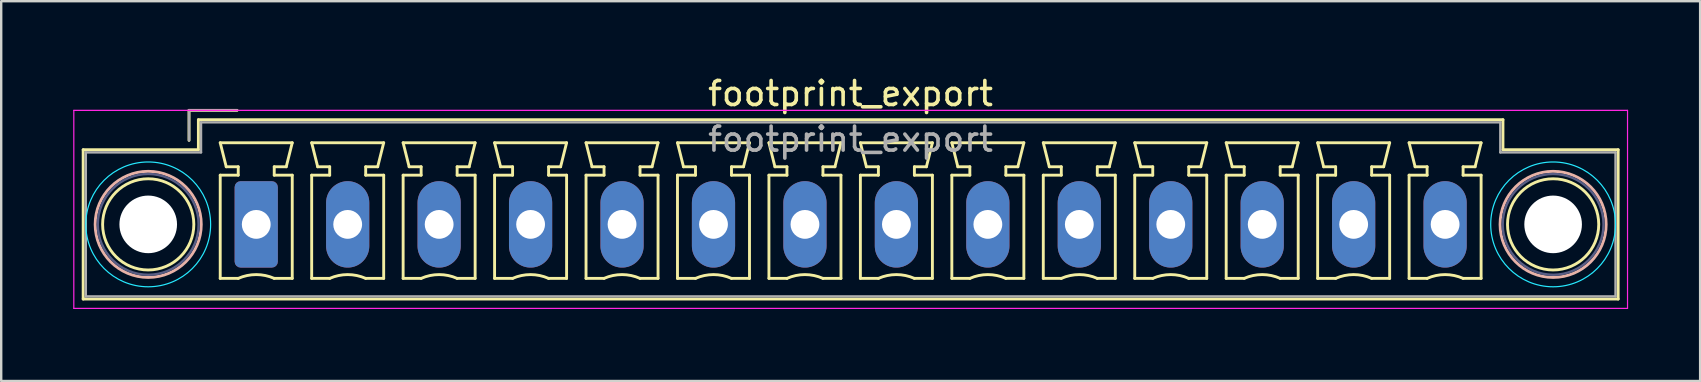
<source format=kicad_pcb>
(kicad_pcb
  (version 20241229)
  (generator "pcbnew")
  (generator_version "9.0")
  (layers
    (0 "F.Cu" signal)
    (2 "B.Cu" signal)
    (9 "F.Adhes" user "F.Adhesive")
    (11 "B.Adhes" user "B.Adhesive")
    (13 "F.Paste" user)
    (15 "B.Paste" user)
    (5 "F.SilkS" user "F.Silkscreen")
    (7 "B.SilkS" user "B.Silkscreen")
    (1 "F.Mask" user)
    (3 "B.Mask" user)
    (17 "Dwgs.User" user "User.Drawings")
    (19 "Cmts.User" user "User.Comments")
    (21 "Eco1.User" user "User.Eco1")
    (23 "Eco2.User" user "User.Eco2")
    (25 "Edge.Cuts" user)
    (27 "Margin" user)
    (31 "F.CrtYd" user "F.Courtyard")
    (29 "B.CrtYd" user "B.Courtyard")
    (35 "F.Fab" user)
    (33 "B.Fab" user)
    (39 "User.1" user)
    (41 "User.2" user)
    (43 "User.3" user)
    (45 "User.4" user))
  (footprint "footprint_export"
    (layer "F.Cu")
    (at 7.625 6.298)
    (property "Reference" "footprint_export" (at 24.76 -5.45 0) (layer "F.SilkS") (effects (font (size 1 1) (thickness 0.15))))
    (attr through_hole)
    (fp_line (start -7.21 -3.11) (end -7.21 3.11) (stroke (width 0.12) (type solid)) (layer "F.SilkS"))
    (fp_line (start -7.21 3.11) (end 56.74 3.11) (stroke (width 0.12) (type solid)) (layer "F.SilkS"))
    (fp_line (start -2.8 -4.75) (end -0.8 -4.75) (stroke (width 0.12) (type solid)) (layer "F.SilkS"))
    (fp_line (start -2.8 -3.5) (end -2.8 -4.75) (stroke (width 0.12) (type solid)) (layer "F.SilkS"))
    (fp_line (start -2.41 -4.36) (end -2.41 -3.11) (stroke (width 0.12) (type solid)) (layer "F.SilkS"))
    (fp_line (start -2.41 -3.11) (end -7.21 -3.11) (stroke (width 0.12) (type solid)) (layer "F.SilkS"))
    (fp_line (start -1.5 -3.4) (end 1.5 -3.4) (stroke (width 0.12) (type solid)) (layer "F.SilkS"))
    (fp_line (start -1.5 -2.05) (end -0.75 -2.05) (stroke (width 0.12) (type solid)) (layer "F.SilkS"))
    (fp_line (start -1.5 2.25) (end -1.5 -2.05) (stroke (width 0.12) (type solid)) (layer "F.SilkS"))
    (fp_line (start -1.25 -2.4) (end -1.5 -3.4) (stroke (width 0.12) (type solid)) (layer "F.SilkS"))
    (fp_line (start -0.75 -2.4) (end -1.25 -2.4) (stroke (width 0.12) (type solid)) (layer "F.SilkS"))
    (fp_line (start -0.75 -2.05) (end -0.75 -2.4) (stroke (width 0.12) (type solid)) (layer "F.SilkS"))
    (fp_line (start -0.75 2.25) (end -1.5 2.25) (stroke (width 0.12) (type solid)) (layer "F.SilkS"))
    (fp_line (start 0.75 -2.4) (end 0.75 -2.05) (stroke (width 0.12) (type solid)) (layer "F.SilkS"))
    (fp_line (start 0.75 -2.05) (end 1.5 -2.05) (stroke (width 0.12) (type solid)) (layer "F.SilkS"))
    (fp_line (start 1.25 -2.4) (end 0.75 -2.4) (stroke (width 0.12) (type solid)) (layer "F.SilkS"))
    (fp_line (start 1.5 -3.4) (end 1.25 -2.4) (stroke (width 0.12) (type solid)) (layer "F.SilkS"))
    (fp_line (start 1.5 -2.05) (end 1.5 2.25) (stroke (width 0.12) (type solid)) (layer "F.SilkS"))
    (fp_line (start 1.5 2.25) (end 0.75 2.25) (stroke (width 0.12) (type solid)) (layer "F.SilkS"))
    (fp_line (start 2.31 -3.4) (end 5.31 -3.4) (stroke (width 0.12) (type solid)) (layer "F.SilkS"))
    (fp_line (start 2.31 -2.05) (end 3.06 -2.05) (stroke (width 0.12) (type solid)) (layer "F.SilkS"))
    (fp_line (start 2.31 2.25) (end 2.31 -2.05) (stroke (width 0.12) (type solid)) (layer "F.SilkS"))
    (fp_line (start 2.56 -2.4) (end 2.31 -3.4) (stroke (width 0.12) (type solid)) (layer "F.SilkS"))
    (fp_line (start 3.06 -2.4) (end 2.56 -2.4) (stroke (width 0.12) (type solid)) (layer "F.SilkS"))
    (fp_line (start 3.06 -2.05) (end 3.06 -2.4) (stroke (width 0.12) (type solid)) (layer "F.SilkS"))
    (fp_line (start 3.06 2.25) (end 2.31 2.25) (stroke (width 0.12) (type solid)) (layer "F.SilkS"))
    (fp_line (start 4.56 -2.4) (end 4.56 -2.05) (stroke (width 0.12) (type solid)) (layer "F.SilkS"))
    (fp_line (start 4.56 -2.05) (end 5.31 -2.05) (stroke (width 0.12) (type solid)) (layer "F.SilkS"))
    (fp_line (start 5.06 -2.4) (end 4.56 -2.4) (stroke (width 0.12) (type solid)) (layer "F.SilkS"))
    (fp_line (start 5.31 -3.4) (end 5.06 -2.4) (stroke (width 0.12) (type solid)) (layer "F.SilkS"))
    (fp_line (start 5.31 -2.05) (end 5.31 2.25) (stroke (width 0.12) (type solid)) (layer "F.SilkS"))
    (fp_line (start 5.31 2.25) (end 4.56 2.25) (stroke (width 0.12) (type solid)) (layer "F.SilkS"))
    (fp_line (start 6.12 -3.4) (end 9.12 -3.4) (stroke (width 0.12) (type solid)) (layer "F.SilkS"))
    (fp_line (start 6.12 -2.05) (end 6.87 -2.05) (stroke (width 0.12) (type solid)) (layer "F.SilkS"))
    (fp_line (start 6.12 2.25) (end 6.12 -2.05) (stroke (width 0.12) (type solid)) (layer "F.SilkS"))
    (fp_line (start 6.37 -2.4) (end 6.12 -3.4) (stroke (width 0.12) (type solid)) (layer "F.SilkS"))
    (fp_line (start 6.87 -2.4) (end 6.37 -2.4) (stroke (width 0.12) (type solid)) (layer "F.SilkS"))
    (fp_line (start 6.87 -2.05) (end 6.87 -2.4) (stroke (width 0.12) (type solid)) (layer "F.SilkS"))
    (fp_line (start 6.87 2.25) (end 6.12 2.25) (stroke (width 0.12) (type solid)) (layer "F.SilkS"))
    (fp_line (start 8.37 -2.4) (end 8.37 -2.05) (stroke (width 0.12) (type solid)) (layer "F.SilkS"))
    (fp_line (start 8.37 -2.05) (end 9.12 -2.05) (stroke (width 0.12) (type solid)) (layer "F.SilkS"))
    (fp_line (start 8.87 -2.4) (end 8.37 -2.4) (stroke (width 0.12) (type solid)) (layer "F.SilkS"))
    (fp_line (start 9.12 -3.4) (end 8.87 -2.4) (stroke (width 0.12) (type solid)) (layer "F.SilkS"))
    (fp_line (start 9.12 -2.05) (end 9.12 2.25) (stroke (width 0.12) (type solid)) (layer "F.SilkS"))
    (fp_line (start 9.12 2.25) (end 8.37 2.25) (stroke (width 0.12) (type solid)) (layer "F.SilkS"))
    (fp_line (start 9.93 -3.4) (end 12.93 -3.4) (stroke (width 0.12) (type solid)) (layer "F.SilkS"))
    (fp_line (start 9.93 -2.05) (end 10.68 -2.05) (stroke (width 0.12) (type solid)) (layer "F.SilkS"))
    (fp_line (start 9.93 2.25) (end 9.93 -2.05) (stroke (width 0.12) (type solid)) (layer "F.SilkS"))
    (fp_line (start 10.18 -2.4) (end 9.93 -3.4) (stroke (width 0.12) (type solid)) (layer "F.SilkS"))
    (fp_line (start 10.68 -2.4) (end 10.18 -2.4) (stroke (width 0.12) (type solid)) (layer "F.SilkS"))
    (fp_line (start 10.68 -2.05) (end 10.68 -2.4) (stroke (width 0.12) (type solid)) (layer "F.SilkS"))
    (fp_line (start 10.68 2.25) (end 9.93 2.25) (stroke (width 0.12) (type solid)) (layer "F.SilkS"))
    (fp_line (start 12.18 -2.4) (end 12.18 -2.05) (stroke (width 0.12) (type solid)) (layer "F.SilkS"))
    (fp_line (start 12.18 -2.05) (end 12.93 -2.05) (stroke (width 0.12) (type solid)) (layer "F.SilkS"))
    (fp_line (start 12.68 -2.4) (end 12.18 -2.4) (stroke (width 0.12) (type solid)) (layer "F.SilkS"))
    (fp_line (start 12.93 -3.4) (end 12.68 -2.4) (stroke (width 0.12) (type solid)) (layer "F.SilkS"))
    (fp_line (start 12.93 -2.05) (end 12.93 2.25) (stroke (width 0.12) (type solid)) (layer "F.SilkS"))
    (fp_line (start 12.93 2.25) (end 12.18 2.25) (stroke (width 0.12) (type solid)) (layer "F.SilkS"))
    (fp_line (start 13.74 -3.4) (end 16.74 -3.4) (stroke (width 0.12) (type solid)) (layer "F.SilkS"))
    (fp_line (start 13.74 -2.05) (end 14.49 -2.05) (stroke (width 0.12) (type solid)) (layer "F.SilkS"))
    (fp_line (start 13.74 2.25) (end 13.74 -2.05) (stroke (width 0.12) (type solid)) (layer "F.SilkS"))
    (fp_line (start 13.99 -2.4) (end 13.74 -3.4) (stroke (width 0.12) (type solid)) (layer "F.SilkS"))
    (fp_line (start 14.49 -2.4) (end 13.99 -2.4) (stroke (width 0.12) (type solid)) (layer "F.SilkS"))
    (fp_line (start 14.49 -2.05) (end 14.49 -2.4) (stroke (width 0.12) (type solid)) (layer "F.SilkS"))
    (fp_line (start 14.49 2.25) (end 13.74 2.25) (stroke (width 0.12) (type solid)) (layer "F.SilkS"))
    (fp_line (start 15.99 -2.4) (end 15.99 -2.05) (stroke (width 0.12) (type solid)) (layer "F.SilkS"))
    (fp_line (start 15.99 -2.05) (end 16.74 -2.05) (stroke (width 0.12) (type solid)) (layer "F.SilkS"))
    (fp_line (start 16.49 -2.4) (end 15.99 -2.4) (stroke (width 0.12) (type solid)) (layer "F.SilkS"))
    (fp_line (start 16.74 -3.4) (end 16.49 -2.4) (stroke (width 0.12) (type solid)) (layer "F.SilkS"))
    (fp_line (start 16.74 -2.05) (end 16.74 2.25) (stroke (width 0.12) (type solid)) (layer "F.SilkS"))
    (fp_line (start 16.74 2.25) (end 15.99 2.25) (stroke (width 0.12) (type solid)) (layer "F.SilkS"))
    (fp_line (start 17.55 -3.4) (end 20.55 -3.4) (stroke (width 0.12) (type solid)) (layer "F.SilkS"))
    (fp_line (start 17.55 -2.05) (end 18.3 -2.05) (stroke (width 0.12) (type solid)) (layer "F.SilkS"))
    (fp_line (start 17.55 2.25) (end 17.55 -2.05) (stroke (width 0.12) (type solid)) (layer "F.SilkS"))
    (fp_line (start 17.8 -2.4) (end 17.55 -3.4) (stroke (width 0.12) (type solid)) (layer "F.SilkS"))
    (fp_line (start 18.3 -2.4) (end 17.8 -2.4) (stroke (width 0.12) (type solid)) (layer "F.SilkS"))
    (fp_line (start 18.3 -2.05) (end 18.3 -2.4) (stroke (width 0.12) (type solid)) (layer "F.SilkS"))
    (fp_line (start 18.3 2.25) (end 17.55 2.25) (stroke (width 0.12) (type solid)) (layer "F.SilkS"))
    (fp_line (start 19.8 -2.4) (end 19.8 -2.05) (stroke (width 0.12) (type solid)) (layer "F.SilkS"))
    (fp_line (start 19.8 -2.05) (end 20.55 -2.05) (stroke (width 0.12) (type solid)) (layer "F.SilkS"))
    (fp_line (start 20.3 -2.4) (end 19.8 -2.4) (stroke (width 0.12) (type solid)) (layer "F.SilkS"))
    (fp_line (start 20.55 -3.4) (end 20.3 -2.4) (stroke (width 0.12) (type solid)) (layer "F.SilkS"))
    (fp_line (start 20.55 -2.05) (end 20.55 2.25) (stroke (width 0.12) (type solid)) (layer "F.SilkS"))
    (fp_line (start 20.55 2.25) (end 19.8 2.25) (stroke (width 0.12) (type solid)) (layer "F.SilkS"))
    (fp_line (start 21.36 -3.4) (end 24.36 -3.4) (stroke (width 0.12) (type solid)) (layer "F.SilkS"))
    (fp_line (start 21.36 -2.05) (end 22.11 -2.05) (stroke (width 0.12) (type solid)) (layer "F.SilkS"))
    (fp_line (start 21.36 2.25) (end 21.36 -2.05) (stroke (width 0.12) (type solid)) (layer "F.SilkS"))
    (fp_line (start 21.61 -2.4) (end 21.36 -3.4) (stroke (width 0.12) (type solid)) (layer "F.SilkS"))
    (fp_line (start 22.11 -2.4) (end 21.61 -2.4) (stroke (width 0.12) (type solid)) (layer "F.SilkS"))
    (fp_line (start 22.11 -2.05) (end 22.11 -2.4) (stroke (width 0.12) (type solid)) (layer "F.SilkS"))
    (fp_line (start 22.11 2.25) (end 21.36 2.25) (stroke (width 0.12) (type solid)) (layer "F.SilkS"))
    (fp_line (start 23.61 -2.4) (end 23.61 -2.05) (stroke (width 0.12) (type solid)) (layer "F.SilkS"))
    (fp_line (start 23.61 -2.05) (end 24.36 -2.05) (stroke (width 0.12) (type solid)) (layer "F.SilkS"))
    (fp_line (start 24.11 -2.4) (end 23.61 -2.4) (stroke (width 0.12) (type solid)) (layer "F.SilkS"))
    (fp_line (start 24.36 -3.4) (end 24.11 -2.4) (stroke (width 0.12) (type solid)) (layer "F.SilkS"))
    (fp_line (start 24.36 -2.05) (end 24.36 2.25) (stroke (width 0.12) (type solid)) (layer "F.SilkS"))
    (fp_line (start 24.36 2.25) (end 23.61 2.25) (stroke (width 0.12) (type solid)) (layer "F.SilkS"))
    (fp_line (start 25.17 -3.4) (end 28.17 -3.4) (stroke (width 0.12) (type solid)) (layer "F.SilkS"))
    (fp_line (start 25.17 -2.05) (end 25.92 -2.05) (stroke (width 0.12) (type solid)) (layer "F.SilkS"))
    (fp_line (start 25.17 2.25) (end 25.17 -2.05) (stroke (width 0.12) (type solid)) (layer "F.SilkS"))
    (fp_line (start 25.42 -2.4) (end 25.17 -3.4) (stroke (width 0.12) (type solid)) (layer "F.SilkS"))
    (fp_line (start 25.92 -2.4) (end 25.42 -2.4) (stroke (width 0.12) (type solid)) (layer "F.SilkS"))
    (fp_line (start 25.92 -2.05) (end 25.92 -2.4) (stroke (width 0.12) (type solid)) (layer "F.SilkS"))
    (fp_line (start 25.92 2.25) (end 25.17 2.25) (stroke (width 0.12) (type solid)) (layer "F.SilkS"))
    (fp_line (start 27.42 -2.4) (end 27.42 -2.05) (stroke (width 0.12) (type solid)) (layer "F.SilkS"))
    (fp_line (start 27.42 -2.05) (end 28.17 -2.05) (stroke (width 0.12) (type solid)) (layer "F.SilkS"))
    (fp_line (start 27.92 -2.4) (end 27.42 -2.4) (stroke (width 0.12) (type solid)) (layer "F.SilkS"))
    (fp_line (start 28.17 -3.4) (end 27.92 -2.4) (stroke (width 0.12) (type solid)) (layer "F.SilkS"))
    (fp_line (start 28.17 -2.05) (end 28.17 2.25) (stroke (width 0.12) (type solid)) (layer "F.SilkS"))
    (fp_line (start 28.17 2.25) (end 27.42 2.25) (stroke (width 0.12) (type solid)) (layer "F.SilkS"))
    (fp_line (start 28.98 -3.4) (end 31.98 -3.4) (stroke (width 0.12) (type solid)) (layer "F.SilkS"))
    (fp_line (start 28.98 -2.05) (end 29.73 -2.05) (stroke (width 0.12) (type solid)) (layer "F.SilkS"))
    (fp_line (start 28.98 2.25) (end 28.98 -2.05) (stroke (width 0.12) (type solid)) (layer "F.SilkS"))
    (fp_line (start 29.23 -2.4) (end 28.98 -3.4) (stroke (width 0.12) (type solid)) (layer "F.SilkS"))
    (fp_line (start 29.73 -2.4) (end 29.23 -2.4) (stroke (width 0.12) (type solid)) (layer "F.SilkS"))
    (fp_line (start 29.73 -2.05) (end 29.73 -2.4) (stroke (width 0.12) (type solid)) (layer "F.SilkS"))
    (fp_line (start 29.73 2.25) (end 28.98 2.25) (stroke (width 0.12) (type solid)) (layer "F.SilkS"))
    (fp_line (start 31.23 -2.4) (end 31.23 -2.05) (stroke (width 0.12) (type solid)) (layer "F.SilkS"))
    (fp_line (start 31.23 -2.05) (end 31.98 -2.05) (stroke (width 0.12) (type solid)) (layer "F.SilkS"))
    (fp_line (start 31.73 -2.4) (end 31.23 -2.4) (stroke (width 0.12) (type solid)) (layer "F.SilkS"))
    (fp_line (start 31.98 -3.4) (end 31.73 -2.4) (stroke (width 0.12) (type solid)) (layer "F.SilkS"))
    (fp_line (start 31.98 -2.05) (end 31.98 2.25) (stroke (width 0.12) (type solid)) (layer "F.SilkS"))
    (fp_line (start 31.98 2.25) (end 31.23 2.25) (stroke (width 0.12) (type solid)) (layer "F.SilkS"))
    (fp_line (start 32.79 -3.4) (end 35.79 -3.4) (stroke (width 0.12) (type solid)) (layer "F.SilkS"))
    (fp_line (start 32.79 -2.05) (end 33.54 -2.05) (stroke (width 0.12) (type solid)) (layer "F.SilkS"))
    (fp_line (start 32.79 2.25) (end 32.79 -2.05) (stroke (width 0.12) (type solid)) (layer "F.SilkS"))
    (fp_line (start 33.04 -2.4) (end 32.79 -3.4) (stroke (width 0.12) (type solid)) (layer "F.SilkS"))
    (fp_line (start 33.54 -2.4) (end 33.04 -2.4) (stroke (width 0.12) (type solid)) (layer "F.SilkS"))
    (fp_line (start 33.54 -2.05) (end 33.54 -2.4) (stroke (width 0.12) (type solid)) (layer "F.SilkS"))
    (fp_line (start 33.54 2.25) (end 32.79 2.25) (stroke (width 0.12) (type solid)) (layer "F.SilkS"))
    (fp_line (start 35.04 -2.4) (end 35.04 -2.05) (stroke (width 0.12) (type solid)) (layer "F.SilkS"))
    (fp_line (start 35.04 -2.05) (end 35.79 -2.05) (stroke (width 0.12) (type solid)) (layer "F.SilkS"))
    (fp_line (start 35.54 -2.4) (end 35.04 -2.4) (stroke (width 0.12) (type solid)) (layer "F.SilkS"))
    (fp_line (start 35.79 -3.4) (end 35.54 -2.4) (stroke (width 0.12) (type solid)) (layer "F.SilkS"))
    (fp_line (start 35.79 -2.05) (end 35.79 2.25) (stroke (width 0.12) (type solid)) (layer "F.SilkS"))
    (fp_line (start 35.79 2.25) (end 35.04 2.25) (stroke (width 0.12) (type solid)) (layer "F.SilkS"))
    (fp_line (start 36.6 -3.4) (end 39.6 -3.4) (stroke (width 0.12) (type solid)) (layer "F.SilkS"))
    (fp_line (start 36.6 -2.05) (end 37.35 -2.05) (stroke (width 0.12) (type solid)) (layer "F.SilkS"))
    (fp_line (start 36.6 2.25) (end 36.6 -2.05) (stroke (width 0.12) (type solid)) (layer "F.SilkS"))
    (fp_line (start 36.85 -2.4) (end 36.6 -3.4) (stroke (width 0.12) (type solid)) (layer "F.SilkS"))
    (fp_line (start 37.35 -2.4) (end 36.85 -2.4) (stroke (width 0.12) (type solid)) (layer "F.SilkS"))
    (fp_line (start 37.35 -2.05) (end 37.35 -2.4) (stroke (width 0.12) (type solid)) (layer "F.SilkS"))
    (fp_line (start 37.35 2.25) (end 36.6 2.25) (stroke (width 0.12) (type solid)) (layer "F.SilkS"))
    (fp_line (start 38.85 -2.4) (end 38.85 -2.05) (stroke (width 0.12) (type solid)) (layer "F.SilkS"))
    (fp_line (start 38.85 -2.05) (end 39.6 -2.05) (stroke (width 0.12) (type solid)) (layer "F.SilkS"))
    (fp_line (start 39.35 -2.4) (end 38.85 -2.4) (stroke (width 0.12) (type solid)) (layer "F.SilkS"))
    (fp_line (start 39.6 -3.4) (end 39.35 -2.4) (stroke (width 0.12) (type solid)) (layer "F.SilkS"))
    (fp_line (start 39.6 -2.05) (end 39.6 2.25) (stroke (width 0.12) (type solid)) (layer "F.SilkS"))
    (fp_line (start 39.6 2.25) (end 38.85 2.25) (stroke (width 0.12) (type solid)) (layer "F.SilkS"))
    (fp_line (start 40.41 -3.4) (end 43.41 -3.4) (stroke (width 0.12) (type solid)) (layer "F.SilkS"))
    (fp_line (start 40.41 -2.05) (end 41.16 -2.05) (stroke (width 0.12) (type solid)) (layer "F.SilkS"))
    (fp_line (start 40.41 2.25) (end 40.41 -2.05) (stroke (width 0.12) (type solid)) (layer "F.SilkS"))
    (fp_line (start 40.66 -2.4) (end 40.41 -3.4) (stroke (width 0.12) (type solid)) (layer "F.SilkS"))
    (fp_line (start 41.16 -2.4) (end 40.66 -2.4) (stroke (width 0.12) (type solid)) (layer "F.SilkS"))
    (fp_line (start 41.16 -2.05) (end 41.16 -2.4) (stroke (width 0.12) (type solid)) (layer "F.SilkS"))
    (fp_line (start 41.16 2.25) (end 40.41 2.25) (stroke (width 0.12) (type solid)) (layer "F.SilkS"))
    (fp_line (start 42.66 -2.4) (end 42.66 -2.05) (stroke (width 0.12) (type solid)) (layer "F.SilkS"))
    (fp_line (start 42.66 -2.05) (end 43.41 -2.05) (stroke (width 0.12) (type solid)) (layer "F.SilkS"))
    (fp_line (start 43.16 -2.4) (end 42.66 -2.4) (stroke (width 0.12) (type solid)) (layer "F.SilkS"))
    (fp_line (start 43.41 -3.4) (end 43.16 -2.4) (stroke (width 0.12) (type solid)) (layer "F.SilkS"))
    (fp_line (start 43.41 -2.05) (end 43.41 2.25) (stroke (width 0.12) (type solid)) (layer "F.SilkS"))
    (fp_line (start 43.41 2.25) (end 42.66 2.25) (stroke (width 0.12) (type solid)) (layer "F.SilkS"))
    (fp_line (start 44.22 -3.4) (end 47.22 -3.4) (stroke (width 0.12) (type solid)) (layer "F.SilkS"))
    (fp_line (start 44.22 -2.05) (end 44.97 -2.05) (stroke (width 0.12) (type solid)) (layer "F.SilkS"))
    (fp_line (start 44.22 2.25) (end 44.22 -2.05) (stroke (width 0.12) (type solid)) (layer "F.SilkS"))
    (fp_line (start 44.47 -2.4) (end 44.22 -3.4) (stroke (width 0.12) (type solid)) (layer "F.SilkS"))
    (fp_line (start 44.97 -2.4) (end 44.47 -2.4) (stroke (width 0.12) (type solid)) (layer "F.SilkS"))
    (fp_line (start 44.97 -2.05) (end 44.97 -2.4) (stroke (width 0.12) (type solid)) (layer "F.SilkS"))
    (fp_line (start 44.97 2.25) (end 44.22 2.25) (stroke (width 0.12) (type solid)) (layer "F.SilkS"))
    (fp_line (start 46.47 -2.4) (end 46.47 -2.05) (stroke (width 0.12) (type solid)) (layer "F.SilkS"))
    (fp_line (start 46.47 -2.05) (end 47.22 -2.05) (stroke (width 0.12) (type solid)) (layer "F.SilkS"))
    (fp_line (start 46.97 -2.4) (end 46.47 -2.4) (stroke (width 0.12) (type solid)) (layer "F.SilkS"))
    (fp_line (start 47.22 -3.4) (end 46.97 -2.4) (stroke (width 0.12) (type solid)) (layer "F.SilkS"))
    (fp_line (start 47.22 -2.05) (end 47.22 2.25) (stroke (width 0.12) (type solid)) (layer "F.SilkS"))
    (fp_line (start 47.22 2.25) (end 46.47 2.25) (stroke (width 0.12) (type solid)) (layer "F.SilkS"))
    (fp_line (start 48.03 -3.4) (end 51.03 -3.4) (stroke (width 0.12) (type solid)) (layer "F.SilkS"))
    (fp_line (start 48.03 -2.05) (end 48.78 -2.05) (stroke (width 0.12) (type solid)) (layer "F.SilkS"))
    (fp_line (start 48.03 2.25) (end 48.03 -2.05) (stroke (width 0.12) (type solid)) (layer "F.SilkS"))
    (fp_line (start 48.28 -2.4) (end 48.03 -3.4) (stroke (width 0.12) (type solid)) (layer "F.SilkS"))
    (fp_line (start 48.78 -2.4) (end 48.28 -2.4) (stroke (width 0.12) (type solid)) (layer "F.SilkS"))
    (fp_line (start 48.78 -2.05) (end 48.78 -2.4) (stroke (width 0.12) (type solid)) (layer "F.SilkS"))
    (fp_line (start 48.78 2.25) (end 48.03 2.25) (stroke (width 0.12) (type solid)) (layer "F.SilkS"))
    (fp_line (start 50.28 -2.4) (end 50.28 -2.05) (stroke (width 0.12) (type solid)) (layer "F.SilkS"))
    (fp_line (start 50.28 -2.05) (end 51.03 -2.05) (stroke (width 0.12) (type solid)) (layer "F.SilkS"))
    (fp_line (start 50.78 -2.4) (end 50.28 -2.4) (stroke (width 0.12) (type solid)) (layer "F.SilkS"))
    (fp_line (start 51.03 -3.4) (end 50.78 -2.4) (stroke (width 0.12) (type solid)) (layer "F.SilkS"))
    (fp_line (start 51.03 -2.05) (end 51.03 2.25) (stroke (width 0.12) (type solid)) (layer "F.SilkS"))
    (fp_line (start 51.03 2.25) (end 50.28 2.25) (stroke (width 0.12) (type solid)) (layer "F.SilkS"))
    (fp_line (start 51.94 -4.36) (end -2.41 -4.36) (stroke (width 0.12) (type solid)) (layer "F.SilkS"))
    (fp_line (start 51.94 -3.11) (end 51.94 -4.36) (stroke (width 0.12) (type solid)) (layer "F.SilkS"))
    (fp_line (start 56.74 -3.11) (end 51.94 -3.11) (stroke (width 0.12) (type solid)) (layer "F.SilkS"))
    (fp_line (start 56.74 3.11) (end 56.74 -3.11) (stroke (width 0.12) (type solid)) (layer "F.SilkS"))
    (fp_arc (start -0.75 2.25) (mid -0.000193 2.09191) (end 0.749647 2.249844) (stroke (width 0.12) (type solid)) (layer "F.SilkS"))
    (fp_arc (start 3.06 2.25) (mid 3.809807 2.09191) (end 4.559647 2.249844) (stroke (width 0.12) (type solid)) (layer "F.SilkS"))
    (fp_arc (start 6.87 2.25) (mid 7.619807 2.09191) (end 8.369647 2.249844) (stroke (width 0.12) (type solid)) (layer "F.SilkS"))
    (fp_arc (start 10.68 2.25) (mid 11.429807 2.09191) (end 12.179647 2.249844) (stroke (width 0.12) (type solid)) (layer "F.SilkS"))
    (fp_arc (start 14.49 2.25) (mid 15.239807 2.09191) (end 15.989647 2.249844) (stroke (width 0.12) (type solid)) (layer "F.SilkS"))
    (fp_arc (start 18.3 2.25) (mid 19.049807 2.09191) (end 19.799647 2.249844) (stroke (width 0.12) (type solid)) (layer "F.SilkS"))
    (fp_arc (start 22.11 2.25) (mid 22.859807 2.09191) (end 23.609647 2.249844) (stroke (width 0.12) (type solid)) (layer "F.SilkS"))
    (fp_arc (start 25.92 2.25) (mid 26.669807 2.09191) (end 27.419647 2.249844) (stroke (width 0.12) (type solid)) (layer "F.SilkS"))
    (fp_arc (start 29.73 2.25) (mid 30.479807 2.09191) (end 31.229647 2.249844) (stroke (width 0.12) (type solid)) (layer "F.SilkS"))
    (fp_arc (start 33.54 2.25) (mid 34.289807 2.09191) (end 35.039647 2.249844) (stroke (width 0.12) (type solid)) (layer "F.SilkS"))
    (fp_arc (start 37.35 2.25) (mid 38.099807 2.09191) (end 38.849647 2.249844) (stroke (width 0.12) (type solid)) (layer "F.SilkS"))
    (fp_arc (start 41.16 2.25) (mid 41.909807 2.09191) (end 42.659647 2.249844) (stroke (width 0.12) (type solid)) (layer "F.SilkS"))
    (fp_arc (start 44.97 2.25) (mid 45.719807 2.09191) (end 46.469647 2.249844) (stroke (width 0.12) (type solid)) (layer "F.SilkS"))
    (fp_arc (start 48.78 2.25) (mid 49.529807 2.09191) (end 50.279647 2.249844) (stroke (width 0.12) (type solid)) (layer "F.SilkS"))
    (fp_circle (center -4.5 0) (end -2.6 0) (stroke (width 0.12) (type solid)) (fill no) (layer "F.SilkS"))
    (fp_circle (center 54.03 0) (end 55.93 0) (stroke (width 0.12) (type solid)) (fill no) (layer "F.SilkS"))
    (fp_circle (center -4.5 0) (end -2.29 0) (stroke (width 0.12) (type solid)) (fill no) (layer "B.SilkS"))
    (fp_circle (center 54.03 0) (end 56.24 0) (stroke (width 0.12) (type solid)) (fill no) (layer "B.SilkS"))
    (fp_circle (center -4.5 0) (end -1.9 0) (stroke (width 0.05) (type solid)) (fill no) (layer "B.CrtYd"))
    (fp_circle (center 54.03 0) (end 56.63 0) (stroke (width 0.05) (type solid)) (fill no) (layer "B.CrtYd"))
    (fp_line (start -7.6 -4.75) (end -7.6 3.5) (stroke (width 0.05) (type solid)) (layer "F.CrtYd"))
    (fp_line (start -7.6 3.5) (end 57.13 3.5) (stroke (width 0.05) (type solid)) (layer "F.CrtYd"))
    (fp_line (start 57.13 -4.75) (end -7.6 -4.75) (stroke (width 0.05) (type solid)) (layer "F.CrtYd"))
    (fp_line (start 57.13 3.5) (end 57.13 -4.75) (stroke (width 0.05) (type solid)) (layer "F.CrtYd"))
    (fp_circle (center -4.5 0) (end -2.4 0) (stroke (width 0.1) (type solid)) (fill no) (layer "B.Fab"))
    (fp_circle (center 54.03 0) (end 56.13 0) (stroke (width 0.1) (type solid)) (fill no) (layer "B.Fab"))
    (fp_line (start -7.1 -3) (end -7.1 3) (stroke (width 0.1) (type solid)) (layer "F.Fab"))
    (fp_line (start -7.1 3) (end 56.63 3) (stroke (width 0.1) (type solid)) (layer "F.Fab"))
    (fp_line (start -2.8 -4.75) (end -0.8 -4.75) (stroke (width 0.1) (type solid)) (layer "F.Fab"))
    (fp_line (start -2.8 -3.5) (end -2.8 -4.75) (stroke (width 0.1) (type solid)) (layer "F.Fab"))
    (fp_line (start -2.3 -4.25) (end -2.3 -3) (stroke (width 0.1) (type solid)) (layer "F.Fab"))
    (fp_line (start -2.3 -3) (end -7.1 -3) (stroke (width 0.1) (type solid)) (layer "F.Fab"))
    (fp_line (start 51.83 -4.25) (end -2.3 -4.25) (stroke (width 0.1) (type solid)) (layer "F.Fab"))
    (fp_line (start 51.83 -3) (end 51.83 -4.25) (stroke (width 0.1) (type solid)) (layer "F.Fab"))
    (fp_line (start 56.63 -3) (end 51.83 -3) (stroke (width 0.1) (type solid)) (layer "F.Fab"))
    (fp_line (start 56.63 3) (end 56.63 -3) (stroke (width 0.1) (type solid)) (layer "F.Fab"))
    (fp_text user "${REFERENCE}" (at 24.76 -3.55 0) (layer "F.Fab") (effects (font (size 1 1) (thickness 0.15))))
    (pad "" np_thru_hole circle (at -4.5 0) (size 2.4 2.4) (drill 2.4) (layers "*.Cu" "*.Mask"))
    (pad "" np_thru_hole circle (at 54.03 0) (size 2.4 2.4) (drill 2.4) (layers "*.Cu" "*.Mask"))
    (pad "1" thru_hole roundrect (at 0 0) (size 1.8 3.6) (drill 1.2) (layers "*.Cu" "*.Mask") (roundrect_rratio 0.139))
    (pad "2" thru_hole oval (at 3.81 0) (size 1.8 3.6) (drill 1.2) (layers "*.Cu" "*.Mask"))
    (pad "3" thru_hole oval (at 7.62 0) (size 1.8 3.6) (drill 1.2) (layers "*.Cu" "*.Mask"))
    (pad "4" thru_hole oval (at 11.43 0) (size 1.8 3.6) (drill 1.2) (layers "*.Cu" "*.Mask"))
    (pad "5" thru_hole oval (at 15.24 0) (size 1.8 3.6) (drill 1.2) (layers "*.Cu" "*.Mask"))
    (pad "6" thru_hole oval (at 19.05 0) (size 1.8 3.6) (drill 1.2) (layers "*.Cu" "*.Mask"))
    (pad "7" thru_hole oval (at 22.86 0) (size 1.8 3.6) (drill 1.2) (layers "*.Cu" "*.Mask"))
    (pad "8" thru_hole oval (at 26.67 0) (size 1.8 3.6) (drill 1.2) (layers "*.Cu" "*.Mask"))
    (pad "9" thru_hole oval (at 30.48 0) (size 1.8 3.6) (drill 1.2) (layers "*.Cu" "*.Mask"))
    (pad "10" thru_hole oval (at 34.29 0) (size 1.8 3.6) (drill 1.2) (layers "*.Cu" "*.Mask"))
    (pad "11" thru_hole oval (at 38.1 0) (size 1.8 3.6) (drill 1.2) (layers "*.Cu" "*.Mask"))
    (pad "12" thru_hole oval (at 41.91 0) (size 1.8 3.6) (drill 1.2) (layers "*.Cu" "*.Mask"))
    (pad "13" thru_hole oval (at 45.72 0) (size 1.8 3.6) (drill 1.2) (layers "*.Cu" "*.Mask"))
    (pad "14" thru_hole oval (at 49.53 0) (size 1.8 3.6) (drill 1.2) (layers "*.Cu" "*.Mask")))
  (gr_rect
    (start -3 -3)
    (end 67.78 12.823)
    (stroke (width 0.1) (type default))
    (fill no)
    (layer "Edge.Cuts")))
</source>
